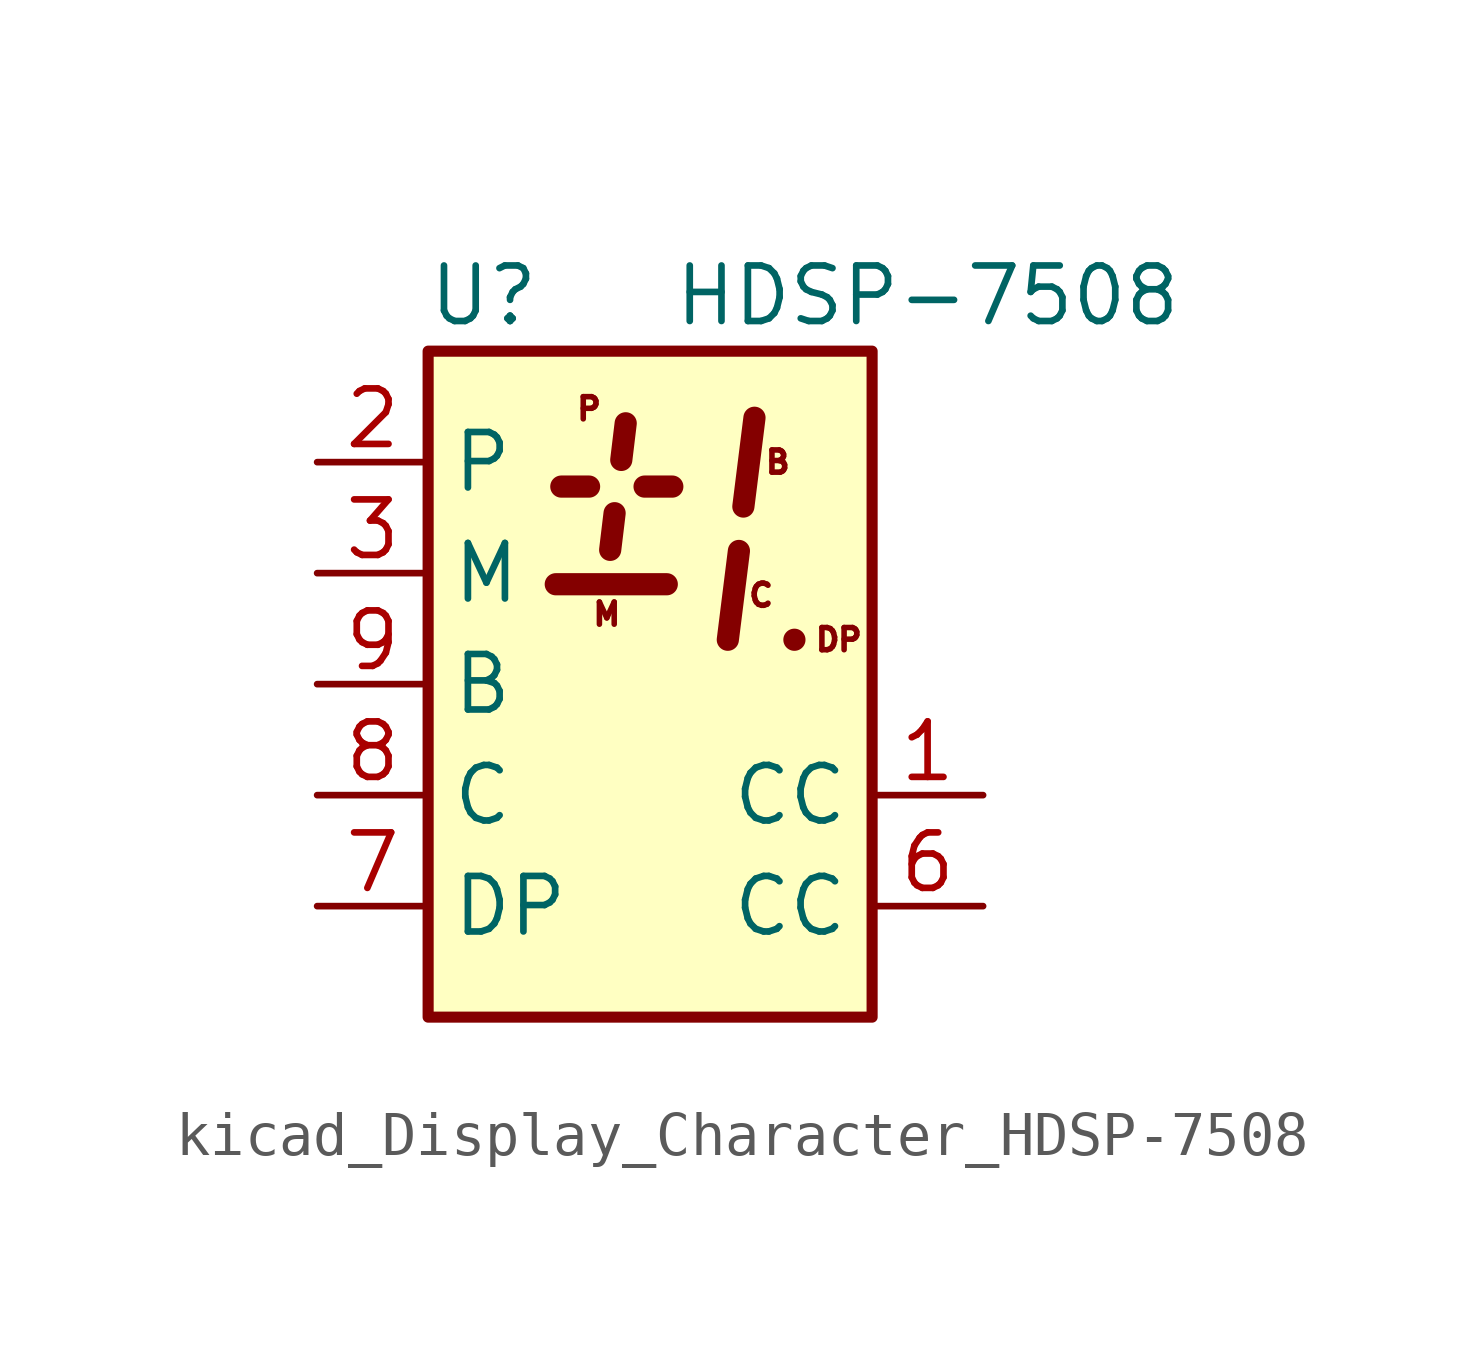
<source format=kicad_sym>
(kicad_symbol_lib
  (version 20220914)
  (generator kicad_symbol_editor)
  (symbol "kicad_Display_Character_HDSP-7508"
    (property "Reference" "U"
      (at -3.81 8.89 0)
      (effects (font (size 1.27 1.27))))
    (property "Value" "HDSP-7508"
      (at 6.35 8.89 0)
      (effects (font (size 1.27 1.27))))
    (symbol "kicad_Display_Character_HDSP-7508_0_1"
      (polyline (pts (xy -2.159 2.286) (xy 0.381 2.286)) (stroke (width 0.508) (type default)) (fill (type none))))
    (symbol "kicad_Display_Character_HDSP-7508_1_0"
      (text "B" (at 2.921 5.08 0) (effects (font (size 0.508 0.508))))
      (text "C" (at 2.54 2.032 0) (effects (font (size 0.508 0.508))))
      (text "DP" (at 4.318 1.016 0) (effects (font (size 0.508 0.508))))
      (text "M" (at -0.991 1.6 0) (effects (font (size 0.508 0.508))))
      (text "P" (at -1.397 6.299 0) (effects (font (size 0.508 0.508)))))
    (symbol "kicad_Display_Character_HDSP-7508_1_1"
      (rectangle (start -5.08 7.62) (end 5.08 -7.62) (stroke (width 0.254) (type default)) (fill (type background)))
      (polyline (pts (xy -2.032 4.521) (xy -1.397 4.521)) (stroke (width 0.508) (type default)) (fill (type none)))
      (polyline (pts (xy -0.914 3.073) (xy -0.813 3.912)) (stroke (width 0.508) (type default)) (fill (type none)))
      (polyline (pts (xy -0.559 5.969) (xy -0.66 5.131)) (stroke (width 0.508) (type default)) (fill (type none)))
      (polyline (pts (xy -0.127 4.521) (xy 0.508 4.521)) (stroke (width 0.508) (type default)) (fill (type none)))
      (polyline (pts (xy 2.032 3.048) (xy 1.778 1.016)) (stroke (width 0.508) (type default)) (fill (type none)))
      (polyline (pts (xy 2.388 6.096) (xy 2.134 4.064)) (stroke (width 0.508) (type default)) (fill (type none)))
      (polyline (pts (xy 3.302 1.016) (xy 3.302 1.016)) (stroke (width 0.508) (type default)) (fill (type none)))
      (pin input line (at 7.62 -2.54 180) (length 2.54) (name "CC" (effects (font (size 1.27 1.27)))) (number "1" (effects (font (size 1.27 1.27)))))
      (pin no_connect line (at 0 -7.62 90) (length 2.54) hide (name "NC" (effects (font (size 1.27 1.27)))) (number "10" (effects (font (size 1.27 1.27)))))
      (pin input line (at -7.62 5.08 0) (length 2.54) (name "P" (effects (font (size 1.27 1.27)))) (number "2" (effects (font (size 1.27 1.27)))))
      (pin input line (at -7.62 2.54 0) (length 2.54) (name "M" (effects (font (size 1.27 1.27)))) (number "3" (effects (font (size 1.27 1.27)))))
      (pin no_connect line (at 5.08 5.08 180) (length 2.54) hide (name "NC" (effects (font (size 1.27 1.27)))) (number "4" (effects (font (size 1.27 1.27)))))
      (pin no_connect line (at 5.08 2.54 180) (length 2.54) hide (name "NC" (effects (font (size 1.27 1.27)))) (number "5" (effects (font (size 1.27 1.27)))))
      (pin input line (at 7.62 -5.08 180) (length 2.54) (name "CC" (effects (font (size 1.27 1.27)))) (number "6" (effects (font (size 1.27 1.27)))))
      (pin input line (at -7.62 -5.08 0) (length 2.54) (name "DP" (effects (font (size 1.27 1.27)))) (number "7" (effects (font (size 1.27 1.27)))))
      (pin input line (at -7.62 -2.54 0) (length 2.54) (name "C" (effects (font (size 1.27 1.27)))) (number "8" (effects (font (size 1.27 1.27)))))
      (pin input line (at -7.62 0 0) (length 2.54) (name "B" (effects (font (size 1.27 1.27)))) (number "9" (effects (font (size 1.27 1.27))))))))
</source>
